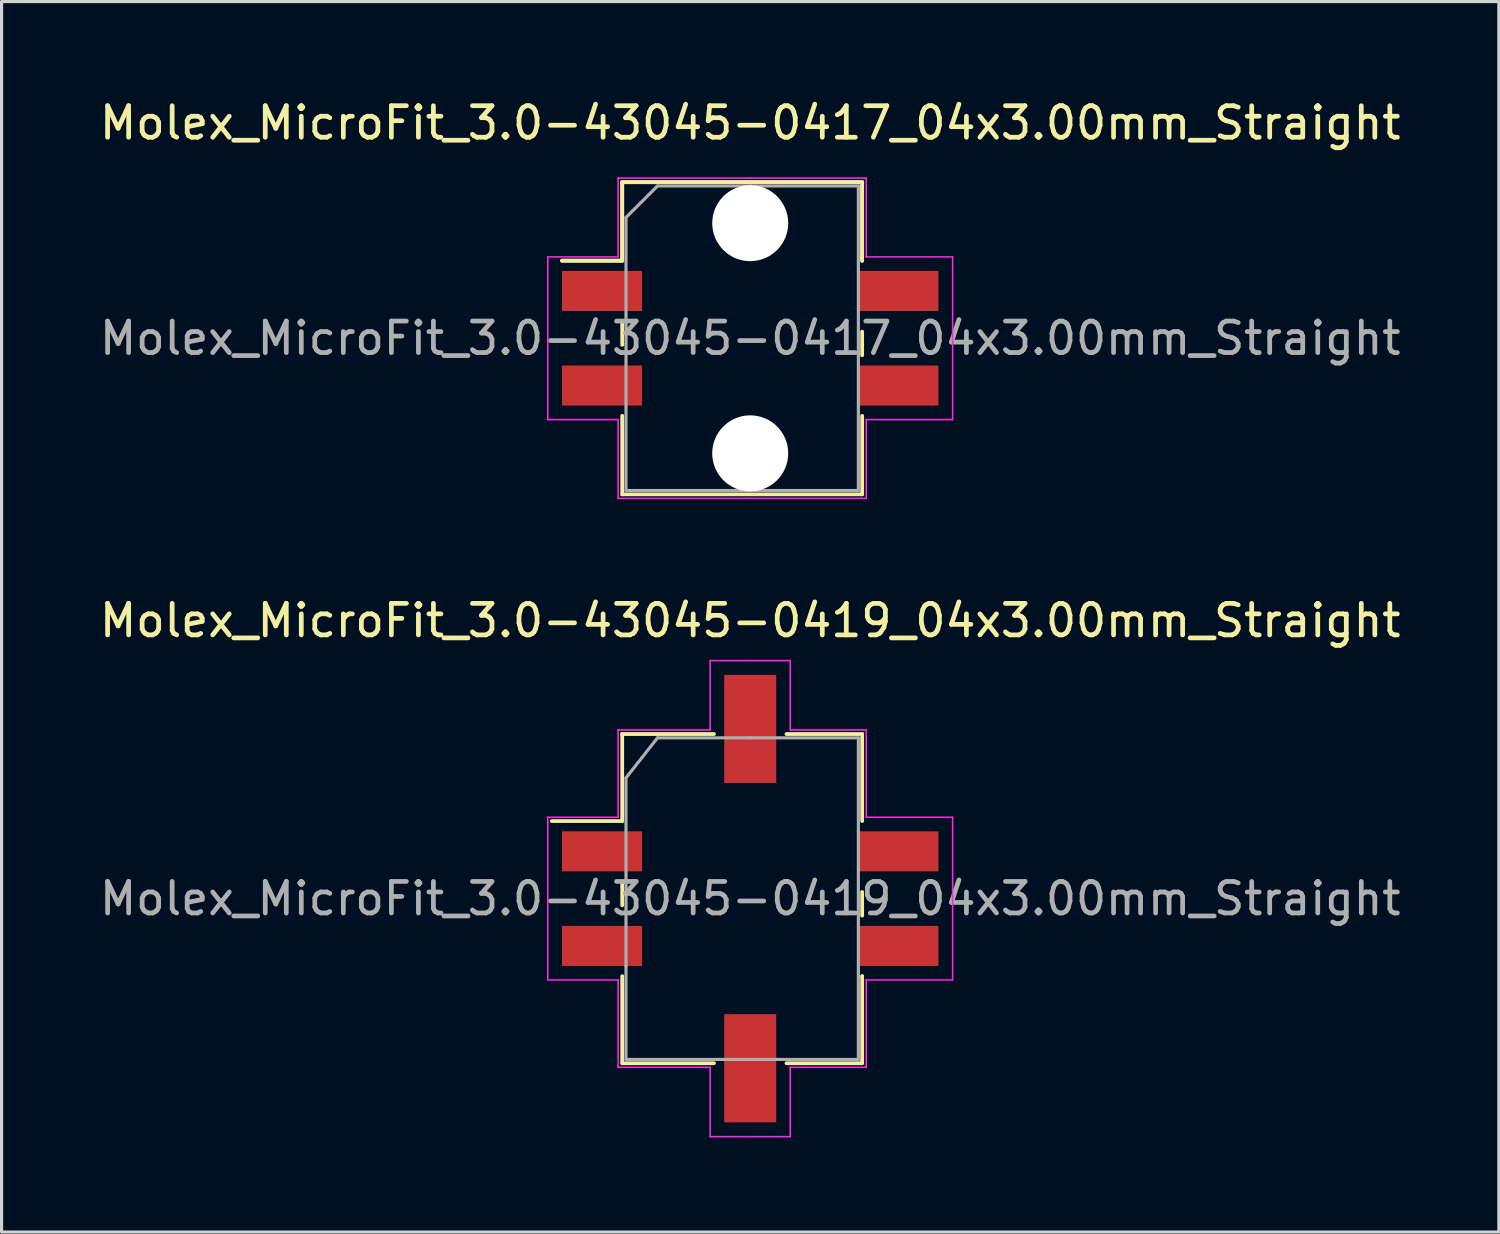
<source format=kicad_pcb>
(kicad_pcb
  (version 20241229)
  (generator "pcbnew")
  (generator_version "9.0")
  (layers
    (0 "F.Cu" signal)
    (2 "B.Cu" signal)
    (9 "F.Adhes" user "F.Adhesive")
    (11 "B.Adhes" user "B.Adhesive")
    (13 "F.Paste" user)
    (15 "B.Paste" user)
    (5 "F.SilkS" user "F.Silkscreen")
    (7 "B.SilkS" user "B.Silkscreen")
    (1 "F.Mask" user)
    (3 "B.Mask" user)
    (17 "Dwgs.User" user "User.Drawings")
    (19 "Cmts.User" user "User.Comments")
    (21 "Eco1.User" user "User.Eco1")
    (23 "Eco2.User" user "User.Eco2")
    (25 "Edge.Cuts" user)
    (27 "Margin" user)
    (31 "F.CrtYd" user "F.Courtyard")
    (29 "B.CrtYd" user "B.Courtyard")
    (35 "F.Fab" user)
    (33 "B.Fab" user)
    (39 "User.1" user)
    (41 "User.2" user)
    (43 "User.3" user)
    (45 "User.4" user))
  (footprint "Molex_MicroFit_3.0-43045-0417_04x3.00mm_Straight"
    (layer "F.Cu")
    (at 20.744 7.678)
    (property "Reference" "Molex_MicroFit_3.0-43045-0417_04x3.00mm_Straight" (at 0 -6.83 0) (layer "F.SilkS") (effects (font (size 1 1) (thickness 0.15))))
    (attr smd)
    (fp_line (start -5.97 -2.46) (end -4.06 -2.46) (stroke (width 0.12) (type solid)) (layer "F.SilkS"))
    (fp_line (start -5.97 -2.46) (end -4.06 -2.46) (stroke (width 0.12) (type solid)) (layer "F.SilkS"))
    (fp_line (start -4.06 -4.95) (end 3.55 -4.95) (stroke (width 0.12) (type solid)) (layer "F.SilkS"))
    (fp_line (start -4.06 -4.95) (end 3.55 -4.95) (stroke (width 0.12) (type solid)) (layer "F.SilkS"))
    (fp_line (start -4.06 -2.46) (end -4.06 -4.95) (stroke (width 0.12) (type solid)) (layer "F.SilkS"))
    (fp_line (start -4.06 -2.46) (end -4.06 -4.95) (stroke (width 0.12) (type solid)) (layer "F.SilkS"))
    (fp_line (start -4.06 -0.54) (end -4.06 0.21) (stroke (width 0.12) (type solid)) (layer "F.SilkS"))
    (fp_line (start -4.06 4.95) (end -4.06 2.46) (stroke (width 0.12) (type solid)) (layer "F.SilkS"))
    (fp_line (start 3.55 -4.95) (end 3.55 -2.46) (stroke (width 0.12) (type solid)) (layer "F.SilkS"))
    (fp_line (start 3.55 -4.95) (end 3.55 -2.46) (stroke (width 0.12) (type solid)) (layer "F.SilkS"))
    (fp_line (start 3.55 0.54) (end 3.55 -0.21) (stroke (width 0.12) (type solid)) (layer "F.SilkS"))
    (fp_line (start 3.55 2.46) (end 3.55 4.95) (stroke (width 0.12) (type solid)) (layer "F.SilkS"))
    (fp_line (start 3.55 4.95) (end -4.06 4.95) (stroke (width 0.12) (type solid)) (layer "F.SilkS"))
    (fp_line (start -6.42 -2.58) (end -4.19 -2.58) (stroke (width 0.05) (type solid)) (layer "F.CrtYd"))
    (fp_line (start -6.42 2.58) (end -6.42 -2.58) (stroke (width 0.05) (type solid)) (layer "F.CrtYd"))
    (fp_line (start -4.19 -5.08) (end 0 -5.08) (stroke (width 0.05) (type solid)) (layer "F.CrtYd"))
    (fp_line (start -4.19 -2.58) (end -4.19 -5.08) (stroke (width 0.05) (type solid)) (layer "F.CrtYd"))
    (fp_line (start -4.19 2.58) (end -6.42 2.58) (stroke (width 0.05) (type solid)) (layer "F.CrtYd"))
    (fp_line (start -4.19 5.08) (end -4.19 2.58) (stroke (width 0.05) (type solid)) (layer "F.CrtYd"))
    (fp_line (start 0 -5.08) (end 3.68 -5.08) (stroke (width 0.05) (type solid)) (layer "F.CrtYd"))
    (fp_line (start 0 5.08) (end -4.19 5.08) (stroke (width 0.05) (type solid)) (layer "F.CrtYd"))
    (fp_line (start 3.68 -5.08) (end 3.68 -2.58) (stroke (width 0.05) (type solid)) (layer "F.CrtYd"))
    (fp_line (start 3.68 -2.58) (end 6.42 -2.58) (stroke (width 0.05) (type solid)) (layer "F.CrtYd"))
    (fp_line (start 3.68 2.58) (end 3.68 5.08) (stroke (width 0.05) (type solid)) (layer "F.CrtYd"))
    (fp_line (start 3.68 5.08) (end 0 5.08) (stroke (width 0.05) (type solid)) (layer "F.CrtYd"))
    (fp_line (start 6.42 -2.58) (end 6.42 2.58) (stroke (width 0.05) (type solid)) (layer "F.CrtYd"))
    (fp_line (start 6.42 2.58) (end 3.68 2.58) (stroke (width 0.05) (type solid)) (layer "F.CrtYd"))
    (fp_line (start -3.94 -3.83) (end -2.94 -4.83) (stroke (width 0.1) (type solid)) (layer "F.Fab"))
    (fp_line (start -3.94 4.83) (end -3.94 -3.83) (stroke (width 0.1) (type solid)) (layer "F.Fab"))
    (fp_line (start -2.94 -4.83) (end 0 -4.83) (stroke (width 0.1) (type solid)) (layer "F.Fab"))
    (fp_line (start 0 -4.83) (end 3.43 -4.83) (stroke (width 0.1) (type solid)) (layer "F.Fab"))
    (fp_line (start 0 4.83) (end -3.94 4.83) (stroke (width 0.1) (type solid)) (layer "F.Fab"))
    (fp_line (start 3.43 -4.83) (end 3.43 4.83) (stroke (width 0.1) (type solid)) (layer "F.Fab"))
    (fp_line (start 3.43 4.83) (end 0 4.83) (stroke (width 0.1) (type solid)) (layer "F.Fab"))
    (fp_text user "${REFERENCE}" (at 0 0 0) (layer "F.Fab") (effects (font (size 1 1) (thickness 0.15))))
    (pad "" np_thru_hole circle (at 0 -3.65) (size 2.41 2.41) (drill 2.41) (layers "*.Cu"))
    (pad "" np_thru_hole circle (at 0 3.65) (size 2.41 2.41) (drill 2.41) (layers "*.Cu"))
    (pad "1" smd rect (at -4.7 -1.5) (size 2.54 1.27) (layers "F.Cu" "F.Mask" "F.Paste"))
    (pad "2" smd rect (at -4.7 1.5) (size 2.54 1.27) (layers "F.Cu" "F.Mask" "F.Paste"))
    (pad "3" smd rect (at 4.7 1.5) (size 2.54 1.27) (layers "F.Cu" "F.Mask" "F.Paste"))
    (pad "4" smd rect (at 4.7 -1.5) (size 2.54 1.27) (layers "F.Cu" "F.Mask" "F.Paste")))
  (footprint "Molex_MicroFit_3.0-43045-0419_04x3.00mm_Straight"
    (layer "F.Cu")
    (at 20.744 25.451)
    (property "Reference" "Molex_MicroFit_3.0-43045-0419_04x3.00mm_Straight" (at 0 -8.82 0) (layer "F.SilkS") (effects (font (size 1 1) (thickness 0.15))))
    (attr smd)
    (fp_line (start -6.29 -2.46) (end -4.06 -2.46) (stroke (width 0.12) (type solid)) (layer "F.SilkS"))
    (fp_line (start -4.06 -5.22) (end -4.06 -5.22) (stroke (width 0.12) (type solid)) (layer "F.SilkS"))
    (fp_line (start -4.06 -5.22) (end -1.15 -5.22) (stroke (width 0.12) (type solid)) (layer "F.SilkS"))
    (fp_line (start -4.06 -2.46) (end -4.06 -5.22) (stroke (width 0.12) (type solid)) (layer "F.SilkS"))
    (fp_line (start -4.06 -0.54) (end -4.06 0.21) (stroke (width 0.12) (type solid)) (layer "F.SilkS"))
    (fp_line (start -4.06 5.22) (end -4.06 2.46) (stroke (width 0.12) (type solid)) (layer "F.SilkS"))
    (fp_line (start -1.15 5.22) (end -4.06 5.22) (stroke (width 0.12) (type solid)) (layer "F.SilkS"))
    (fp_line (start 1.15 -5.22) (end 3.55 -5.22) (stroke (width 0.12) (type solid)) (layer "F.SilkS"))
    (fp_line (start 3.55 -5.22) (end 3.55 -2.46) (stroke (width 0.12) (type solid)) (layer "F.SilkS"))
    (fp_line (start 3.55 0.54) (end 3.55 -0.21) (stroke (width 0.12) (type solid)) (layer "F.SilkS"))
    (fp_line (start 3.55 2.46) (end 3.55 2.46) (stroke (width 0.12) (type solid)) (layer "F.SilkS"))
    (fp_line (start 3.55 2.46) (end 3.55 5.22) (stroke (width 0.12) (type solid)) (layer "F.SilkS"))
    (fp_line (start 3.55 5.22) (end 1.15 5.22) (stroke (width 0.12) (type solid)) (layer "F.SilkS"))
    (fp_line (start -6.42 -2.58) (end -4.19 -2.58) (stroke (width 0.05) (type solid)) (layer "F.CrtYd"))
    (fp_line (start -6.42 2.58) (end -6.42 -2.58) (stroke (width 0.05) (type solid)) (layer "F.CrtYd"))
    (fp_line (start -4.19 -5.35) (end -4.19 -5.35) (stroke (width 0.05) (type solid)) (layer "F.CrtYd"))
    (fp_line (start -4.19 -5.35) (end -1.27 -5.35) (stroke (width 0.05) (type solid)) (layer "F.CrtYd"))
    (fp_line (start -4.19 -2.58) (end -4.19 -5.35) (stroke (width 0.05) (type solid)) (layer "F.CrtYd"))
    (fp_line (start -4.19 2.58) (end -6.42 2.58) (stroke (width 0.05) (type solid)) (layer "F.CrtYd"))
    (fp_line (start -4.19 5.35) (end -4.19 2.58) (stroke (width 0.05) (type solid)) (layer "F.CrtYd"))
    (fp_line (start -1.27 -7.55) (end 0 -7.55) (stroke (width 0.05) (type solid)) (layer "F.CrtYd"))
    (fp_line (start -1.27 -5.35) (end -1.27 -7.55) (stroke (width 0.05) (type solid)) (layer "F.CrtYd"))
    (fp_line (start -1.27 5.35) (end -4.19 5.35) (stroke (width 0.05) (type solid)) (layer "F.CrtYd"))
    (fp_line (start -1.27 7.55) (end -1.27 5.35) (stroke (width 0.05) (type solid)) (layer "F.CrtYd"))
    (fp_line (start 0 -7.55) (end 1.27 -7.55) (stroke (width 0.05) (type solid)) (layer "F.CrtYd"))
    (fp_line (start 0 7.55) (end -1.27 7.55) (stroke (width 0.05) (type solid)) (layer "F.CrtYd"))
    (fp_line (start 1.27 -7.55) (end 1.27 -5.35) (stroke (width 0.05) (type solid)) (layer "F.CrtYd"))
    (fp_line (start 1.27 -5.35) (end 3.68 -5.35) (stroke (width 0.05) (type solid)) (layer "F.CrtYd"))
    (fp_line (start 1.27 5.35) (end 1.27 7.55) (stroke (width 0.05) (type solid)) (layer "F.CrtYd"))
    (fp_line (start 1.27 7.55) (end 0 7.55) (stroke (width 0.05) (type solid)) (layer "F.CrtYd"))
    (fp_line (start 3.68 -5.35) (end 3.68 -2.58) (stroke (width 0.05) (type solid)) (layer "F.CrtYd"))
    (fp_line (start 3.68 -2.58) (end 6.42 -2.58) (stroke (width 0.05) (type solid)) (layer "F.CrtYd"))
    (fp_line (start 3.68 2.58) (end 3.68 2.58) (stroke (width 0.05) (type solid)) (layer "F.CrtYd"))
    (fp_line (start 3.68 2.58) (end 3.68 5.35) (stroke (width 0.05) (type solid)) (layer "F.CrtYd"))
    (fp_line (start 3.68 5.35) (end 1.27 5.35) (stroke (width 0.05) (type solid)) (layer "F.CrtYd"))
    (fp_line (start 6.42 -2.58) (end 6.42 2.58) (stroke (width 0.05) (type solid)) (layer "F.CrtYd"))
    (fp_line (start 6.42 2.58) (end 3.68 2.58) (stroke (width 0.05) (type solid)) (layer "F.CrtYd"))
    (fp_line (start -3.94 -3.83) (end -2.94 -5.1) (stroke (width 0.1) (type solid)) (layer "F.Fab"))
    (fp_line (start -3.94 2.13) (end -3.94 -3.83) (stroke (width 0.1) (type solid)) (layer "F.Fab"))
    (fp_line (start -3.94 5.1) (end -3.94 2.13) (stroke (width 0.1) (type solid)) (layer "F.Fab"))
    (fp_line (start -2.94 -5.1) (end 0 -5.1) (stroke (width 0.1) (type solid)) (layer "F.Fab"))
    (fp_line (start -0.82 5.1) (end -3.94 5.1) (stroke (width 0.1) (type solid)) (layer "F.Fab"))
    (fp_line (start 0 -5.1) (end 3.43 -5.1) (stroke (width 0.1) (type solid)) (layer "F.Fab"))
    (fp_line (start 3.43 -5.1) (end 3.43 -2.13) (stroke (width 0.1) (type solid)) (layer "F.Fab"))
    (fp_line (start 3.43 -2.13) (end 3.43 2.13) (stroke (width 0.1) (type solid)) (layer "F.Fab"))
    (fp_line (start 3.43 2.13) (end 3.43 5.1) (stroke (width 0.1) (type solid)) (layer "F.Fab"))
    (fp_line (start 3.43 5.1) (end -0.82 5.1) (stroke (width 0.1) (type solid)) (layer "F.Fab"))
    (fp_text user "${REFERENCE}" (at 0 0 0) (layer "F.Fab") (effects (font (size 1 1) (thickness 0.15))))
    (pad "" smd rect (at 0 -5.38) (size 1.65 3.43) (layers "F.Cu" "F.Mask" "F.Paste"))
    (pad "" smd rect (at 0 5.38) (size 1.65 3.43) (layers "F.Cu" "F.Mask" "F.Paste"))
    (pad "1" smd rect (at -4.7 -1.5) (size 2.54 1.27) (layers "F.Cu" "F.Mask" "F.Paste"))
    (pad "2" smd rect (at -4.7 1.5) (size 2.54 1.27) (layers "F.Cu" "F.Mask" "F.Paste"))
    (pad "3" smd rect (at 4.7 1.5) (size 2.54 1.27) (layers "F.Cu" "F.Mask" "F.Paste"))
    (pad "4" smd rect (at 4.7 -1.5) (size 2.54 1.27) (layers "F.Cu" "F.Mask" "F.Paste")))
  (gr_rect
    (start -3 -3)
    (end 44.488 36.026)
    (stroke (width 0.1) (type default))
    (fill no)
    (layer "Edge.Cuts")))
</source>
